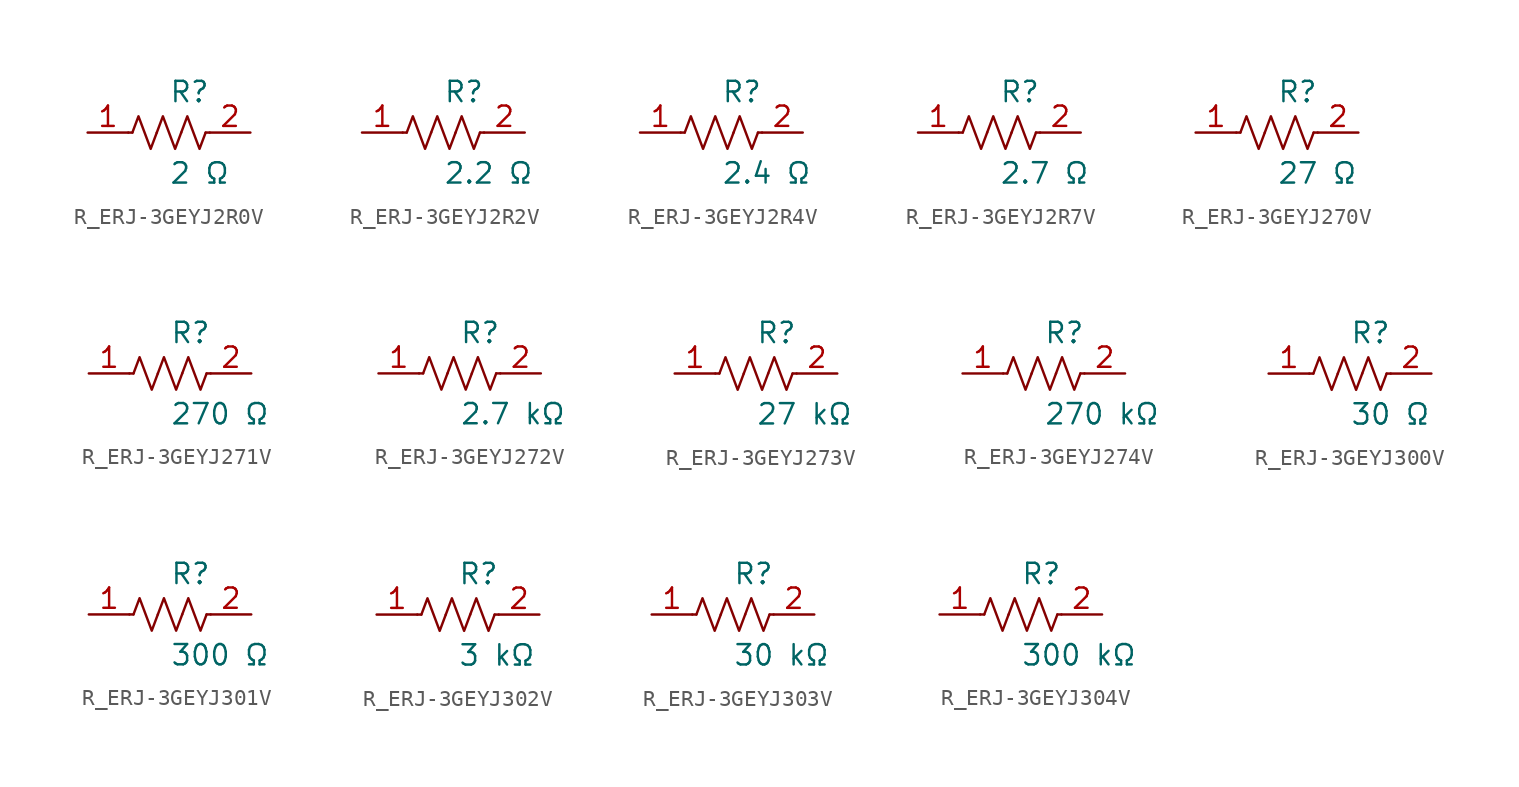
<source format=kicad_sym>
(kicad_symbol_lib
  (version 20231120)
  (generator kicad_symbol_editor)
  (generator_version 8.0)
  (symbol "R_ERJ-3GEYJ2R0V"
    (pin_names
      (offset 0.254))
    (property "Reference" "R"
      (at 0 2.54 0)
      (effects (font (size 1.27 1.27)) (justify left)))
    (property "Value" "2 Ω"
      (at 0 -2.54 0)
      (effects (font (size 1.27 1.27)) (justify left)))
    (symbol "R_ERJ-3GEYJ2R0V_0_1"
      (polyline (pts (xy 2.286 0) (xy 2.54 0)) (stroke (width 0) (type default)) (fill (type none)))
      (polyline (pts (xy -2.286 0) (xy -2.54 0)) (stroke (width 0) (type default)) (fill (type none)))
      (polyline (pts (xy 0.762 0) (xy 1.143 1.016) (xy 1.524 0) (xy 1.905 -1.016) (xy 2.286 0)) (stroke (width 0) (type default)) (fill (type none)))
      (polyline (pts (xy -0.762 0) (xy -0.381 1.016) (xy 0 0) (xy 0.381 -1.016) (xy 0.762 0)) (stroke (width 0) (type default)) (fill (type none)))
      (polyline (pts (xy -2.286 0) (xy -1.905 1.016) (xy -1.524 0) (xy -1.143 -1.016) (xy -0.762 0)) (stroke (width 0) (type default)) (fill (type none))))
    (pin passive line
      (at -5.08 0 0)
      (length 2.54)
      (name "" (effects (font (size 1.27 1.27))))
      (number "1" (effects (font (size 1.27 1.27)))))
    (pin passive line
      (at 5.08 0 180)
      (length 2.54)
      (name "" (effects (font (size 1.27 1.27))))
      (number "2" (effects (font (size 1.27 1.27))))))
  (symbol "R_ERJ-3GEYJ2R2V"
    (pin_names
      (offset 0.254))
    (property "Reference" "R"
      (at 0 2.54 0)
      (effects (font (size 1.27 1.27)) (justify left)))
    (property "Value" "2.2 Ω"
      (at 0 -2.54 0)
      (effects (font (size 1.27 1.27)) (justify left)))
    (symbol "R_ERJ-3GEYJ2R2V_0_1"
      (polyline (pts (xy 2.286 0) (xy 2.54 0)) (stroke (width 0) (type default)) (fill (type none)))
      (polyline (pts (xy -2.286 0) (xy -2.54 0)) (stroke (width 0) (type default)) (fill (type none)))
      (polyline (pts (xy 0.762 0) (xy 1.143 1.016) (xy 1.524 0) (xy 1.905 -1.016) (xy 2.286 0)) (stroke (width 0) (type default)) (fill (type none)))
      (polyline (pts (xy -0.762 0) (xy -0.381 1.016) (xy 0 0) (xy 0.381 -1.016) (xy 0.762 0)) (stroke (width 0) (type default)) (fill (type none)))
      (polyline (pts (xy -2.286 0) (xy -1.905 1.016) (xy -1.524 0) (xy -1.143 -1.016) (xy -0.762 0)) (stroke (width 0) (type default)) (fill (type none))))
    (pin passive line
      (at -5.08 0 0)
      (length 2.54)
      (name "" (effects (font (size 1.27 1.27))))
      (number "1" (effects (font (size 1.27 1.27)))))
    (pin passive line
      (at 5.08 0 180)
      (length 2.54)
      (name "" (effects (font (size 1.27 1.27))))
      (number "2" (effects (font (size 1.27 1.27))))))
  (symbol "R_ERJ-3GEYJ2R4V"
    (pin_names
      (offset 0.254))
    (property "Reference" "R"
      (at 0 2.54 0)
      (effects (font (size 1.27 1.27)) (justify left)))
    (property "Value" "2.4 Ω"
      (at 0 -2.54 0)
      (effects (font (size 1.27 1.27)) (justify left)))
    (symbol "R_ERJ-3GEYJ2R4V_0_1"
      (polyline (pts (xy 2.286 0) (xy 2.54 0)) (stroke (width 0) (type default)) (fill (type none)))
      (polyline (pts (xy -2.286 0) (xy -2.54 0)) (stroke (width 0) (type default)) (fill (type none)))
      (polyline (pts (xy 0.762 0) (xy 1.143 1.016) (xy 1.524 0) (xy 1.905 -1.016) (xy 2.286 0)) (stroke (width 0) (type default)) (fill (type none)))
      (polyline (pts (xy -0.762 0) (xy -0.381 1.016) (xy 0 0) (xy 0.381 -1.016) (xy 0.762 0)) (stroke (width 0) (type default)) (fill (type none)))
      (polyline (pts (xy -2.286 0) (xy -1.905 1.016) (xy -1.524 0) (xy -1.143 -1.016) (xy -0.762 0)) (stroke (width 0) (type default)) (fill (type none))))
    (pin passive line
      (at -5.08 0 0)
      (length 2.54)
      (name "" (effects (font (size 1.27 1.27))))
      (number "1" (effects (font (size 1.27 1.27)))))
    (pin passive line
      (at 5.08 0 180)
      (length 2.54)
      (name "" (effects (font (size 1.27 1.27))))
      (number "2" (effects (font (size 1.27 1.27))))))
  (symbol "R_ERJ-3GEYJ2R7V"
    (pin_names
      (offset 0.254))
    (property "Reference" "R"
      (at 0 2.54 0)
      (effects (font (size 1.27 1.27)) (justify left)))
    (property "Value" "2.7 Ω"
      (at 0 -2.54 0)
      (effects (font (size 1.27 1.27)) (justify left)))
    (symbol "R_ERJ-3GEYJ2R7V_0_1"
      (polyline (pts (xy 2.286 0) (xy 2.54 0)) (stroke (width 0) (type default)) (fill (type none)))
      (polyline (pts (xy -2.286 0) (xy -2.54 0)) (stroke (width 0) (type default)) (fill (type none)))
      (polyline (pts (xy 0.762 0) (xy 1.143 1.016) (xy 1.524 0) (xy 1.905 -1.016) (xy 2.286 0)) (stroke (width 0) (type default)) (fill (type none)))
      (polyline (pts (xy -0.762 0) (xy -0.381 1.016) (xy 0 0) (xy 0.381 -1.016) (xy 0.762 0)) (stroke (width 0) (type default)) (fill (type none)))
      (polyline (pts (xy -2.286 0) (xy -1.905 1.016) (xy -1.524 0) (xy -1.143 -1.016) (xy -0.762 0)) (stroke (width 0) (type default)) (fill (type none))))
    (pin passive line
      (at -5.08 0 0)
      (length 2.54)
      (name "" (effects (font (size 1.27 1.27))))
      (number "1" (effects (font (size 1.27 1.27)))))
    (pin passive line
      (at 5.08 0 180)
      (length 2.54)
      (name "" (effects (font (size 1.27 1.27))))
      (number "2" (effects (font (size 1.27 1.27))))))
  (symbol "R_ERJ-3GEYJ270V"
    (pin_names
      (offset 0.254))
    (property "Reference" "R"
      (at 0 2.54 0)
      (effects (font (size 1.27 1.27)) (justify left)))
    (property "Value" "27 Ω"
      (at 0 -2.54 0)
      (effects (font (size 1.27 1.27)) (justify left)))
    (symbol "R_ERJ-3GEYJ270V_0_1"
      (polyline (pts (xy 2.286 0) (xy 2.54 0)) (stroke (width 0) (type default)) (fill (type none)))
      (polyline (pts (xy -2.286 0) (xy -2.54 0)) (stroke (width 0) (type default)) (fill (type none)))
      (polyline (pts (xy 0.762 0) (xy 1.143 1.016) (xy 1.524 0) (xy 1.905 -1.016) (xy 2.286 0)) (stroke (width 0) (type default)) (fill (type none)))
      (polyline (pts (xy -0.762 0) (xy -0.381 1.016) (xy 0 0) (xy 0.381 -1.016) (xy 0.762 0)) (stroke (width 0) (type default)) (fill (type none)))
      (polyline (pts (xy -2.286 0) (xy -1.905 1.016) (xy -1.524 0) (xy -1.143 -1.016) (xy -0.762 0)) (stroke (width 0) (type default)) (fill (type none))))
    (pin passive line
      (at -5.08 0 0)
      (length 2.54)
      (name "" (effects (font (size 1.27 1.27))))
      (number "1" (effects (font (size 1.27 1.27)))))
    (pin passive line
      (at 5.08 0 180)
      (length 2.54)
      (name "" (effects (font (size 1.27 1.27))))
      (number "2" (effects (font (size 1.27 1.27))))))
  (symbol "R_ERJ-3GEYJ271V"
    (pin_names
      (offset 0.254))
    (property "Reference" "R"
      (at 0 2.54 0)
      (effects (font (size 1.27 1.27)) (justify left)))
    (property "Value" "270 Ω"
      (at 0 -2.54 0)
      (effects (font (size 1.27 1.27)) (justify left)))
    (symbol "R_ERJ-3GEYJ271V_0_1"
      (polyline (pts (xy 2.286 0) (xy 2.54 0)) (stroke (width 0) (type default)) (fill (type none)))
      (polyline (pts (xy -2.286 0) (xy -2.54 0)) (stroke (width 0) (type default)) (fill (type none)))
      (polyline (pts (xy 0.762 0) (xy 1.143 1.016) (xy 1.524 0) (xy 1.905 -1.016) (xy 2.286 0)) (stroke (width 0) (type default)) (fill (type none)))
      (polyline (pts (xy -0.762 0) (xy -0.381 1.016) (xy 0 0) (xy 0.381 -1.016) (xy 0.762 0)) (stroke (width 0) (type default)) (fill (type none)))
      (polyline (pts (xy -2.286 0) (xy -1.905 1.016) (xy -1.524 0) (xy -1.143 -1.016) (xy -0.762 0)) (stroke (width 0) (type default)) (fill (type none))))
    (pin passive line
      (at -5.08 0 0)
      (length 2.54)
      (name "" (effects (font (size 1.27 1.27))))
      (number "1" (effects (font (size 1.27 1.27)))))
    (pin passive line
      (at 5.08 0 180)
      (length 2.54)
      (name "" (effects (font (size 1.27 1.27))))
      (number "2" (effects (font (size 1.27 1.27))))))
  (symbol "R_ERJ-3GEYJ272V"
    (pin_names
      (offset 0.254))
    (property "Reference" "R"
      (at 0 2.54 0)
      (effects (font (size 1.27 1.27)) (justify left)))
    (property "Value" "2.7 kΩ"
      (at 0 -2.54 0)
      (effects (font (size 1.27 1.27)) (justify left)))
    (symbol "R_ERJ-3GEYJ272V_0_1"
      (polyline (pts (xy 2.286 0) (xy 2.54 0)) (stroke (width 0) (type default)) (fill (type none)))
      (polyline (pts (xy -2.286 0) (xy -2.54 0)) (stroke (width 0) (type default)) (fill (type none)))
      (polyline (pts (xy 0.762 0) (xy 1.143 1.016) (xy 1.524 0) (xy 1.905 -1.016) (xy 2.286 0)) (stroke (width 0) (type default)) (fill (type none)))
      (polyline (pts (xy -0.762 0) (xy -0.381 1.016) (xy 0 0) (xy 0.381 -1.016) (xy 0.762 0)) (stroke (width 0) (type default)) (fill (type none)))
      (polyline (pts (xy -2.286 0) (xy -1.905 1.016) (xy -1.524 0) (xy -1.143 -1.016) (xy -0.762 0)) (stroke (width 0) (type default)) (fill (type none))))
    (pin passive line
      (at -5.08 0 0)
      (length 2.54)
      (name "" (effects (font (size 1.27 1.27))))
      (number "1" (effects (font (size 1.27 1.27)))))
    (pin passive line
      (at 5.08 0 180)
      (length 2.54)
      (name "" (effects (font (size 1.27 1.27))))
      (number "2" (effects (font (size 1.27 1.27))))))
  (symbol "R_ERJ-3GEYJ273V"
    (pin_names
      (offset 0.254))
    (property "Reference" "R"
      (at 0 2.54 0)
      (effects (font (size 1.27 1.27)) (justify left)))
    (property "Value" "27 kΩ"
      (at 0 -2.54 0)
      (effects (font (size 1.27 1.27)) (justify left)))
    (symbol "R_ERJ-3GEYJ273V_0_1"
      (polyline (pts (xy 2.286 0) (xy 2.54 0)) (stroke (width 0) (type default)) (fill (type none)))
      (polyline (pts (xy -2.286 0) (xy -2.54 0)) (stroke (width 0) (type default)) (fill (type none)))
      (polyline (pts (xy 0.762 0) (xy 1.143 1.016) (xy 1.524 0) (xy 1.905 -1.016) (xy 2.286 0)) (stroke (width 0) (type default)) (fill (type none)))
      (polyline (pts (xy -0.762 0) (xy -0.381 1.016) (xy 0 0) (xy 0.381 -1.016) (xy 0.762 0)) (stroke (width 0) (type default)) (fill (type none)))
      (polyline (pts (xy -2.286 0) (xy -1.905 1.016) (xy -1.524 0) (xy -1.143 -1.016) (xy -0.762 0)) (stroke (width 0) (type default)) (fill (type none))))
    (pin passive line
      (at -5.08 0 0)
      (length 2.54)
      (name "" (effects (font (size 1.27 1.27))))
      (number "1" (effects (font (size 1.27 1.27)))))
    (pin passive line
      (at 5.08 0 180)
      (length 2.54)
      (name "" (effects (font (size 1.27 1.27))))
      (number "2" (effects (font (size 1.27 1.27))))))
  (symbol "R_ERJ-3GEYJ274V"
    (pin_names
      (offset 0.254))
    (property "Reference" "R"
      (at 0 2.54 0)
      (effects (font (size 1.27 1.27)) (justify left)))
    (property "Value" "270 kΩ"
      (at 0 -2.54 0)
      (effects (font (size 1.27 1.27)) (justify left)))
    (symbol "R_ERJ-3GEYJ274V_0_1"
      (polyline (pts (xy 2.286 0) (xy 2.54 0)) (stroke (width 0) (type default)) (fill (type none)))
      (polyline (pts (xy -2.286 0) (xy -2.54 0)) (stroke (width 0) (type default)) (fill (type none)))
      (polyline (pts (xy 0.762 0) (xy 1.143 1.016) (xy 1.524 0) (xy 1.905 -1.016) (xy 2.286 0)) (stroke (width 0) (type default)) (fill (type none)))
      (polyline (pts (xy -0.762 0) (xy -0.381 1.016) (xy 0 0) (xy 0.381 -1.016) (xy 0.762 0)) (stroke (width 0) (type default)) (fill (type none)))
      (polyline (pts (xy -2.286 0) (xy -1.905 1.016) (xy -1.524 0) (xy -1.143 -1.016) (xy -0.762 0)) (stroke (width 0) (type default)) (fill (type none))))
    (pin passive line
      (at -5.08 0 0)
      (length 2.54)
      (name "" (effects (font (size 1.27 1.27))))
      (number "1" (effects (font (size 1.27 1.27)))))
    (pin passive line
      (at 5.08 0 180)
      (length 2.54)
      (name "" (effects (font (size 1.27 1.27))))
      (number "2" (effects (font (size 1.27 1.27))))))
  (symbol "R_ERJ-3GEYJ300V"
    (pin_names
      (offset 0.254))
    (property "Reference" "R"
      (at 0 2.54 0)
      (effects (font (size 1.27 1.27)) (justify left)))
    (property "Value" "30 Ω"
      (at 0 -2.54 0)
      (effects (font (size 1.27 1.27)) (justify left)))
    (symbol "R_ERJ-3GEYJ300V_0_1"
      (polyline (pts (xy 2.286 0) (xy 2.54 0)) (stroke (width 0) (type default)) (fill (type none)))
      (polyline (pts (xy -2.286 0) (xy -2.54 0)) (stroke (width 0) (type default)) (fill (type none)))
      (polyline (pts (xy 0.762 0) (xy 1.143 1.016) (xy 1.524 0) (xy 1.905 -1.016) (xy 2.286 0)) (stroke (width 0) (type default)) (fill (type none)))
      (polyline (pts (xy -0.762 0) (xy -0.381 1.016) (xy 0 0) (xy 0.381 -1.016) (xy 0.762 0)) (stroke (width 0) (type default)) (fill (type none)))
      (polyline (pts (xy -2.286 0) (xy -1.905 1.016) (xy -1.524 0) (xy -1.143 -1.016) (xy -0.762 0)) (stroke (width 0) (type default)) (fill (type none))))
    (pin passive line
      (at -5.08 0 0)
      (length 2.54)
      (name "" (effects (font (size 1.27 1.27))))
      (number "1" (effects (font (size 1.27 1.27)))))
    (pin passive line
      (at 5.08 0 180)
      (length 2.54)
      (name "" (effects (font (size 1.27 1.27))))
      (number "2" (effects (font (size 1.27 1.27))))))
  (symbol "R_ERJ-3GEYJ301V"
    (pin_names
      (offset 0.254))
    (property "Reference" "R"
      (at 0 2.54 0)
      (effects (font (size 1.27 1.27)) (justify left)))
    (property "Value" "300 Ω"
      (at 0 -2.54 0)
      (effects (font (size 1.27 1.27)) (justify left)))
    (symbol "R_ERJ-3GEYJ301V_0_1"
      (polyline (pts (xy 2.286 0) (xy 2.54 0)) (stroke (width 0) (type default)) (fill (type none)))
      (polyline (pts (xy -2.286 0) (xy -2.54 0)) (stroke (width 0) (type default)) (fill (type none)))
      (polyline (pts (xy 0.762 0) (xy 1.143 1.016) (xy 1.524 0) (xy 1.905 -1.016) (xy 2.286 0)) (stroke (width 0) (type default)) (fill (type none)))
      (polyline (pts (xy -0.762 0) (xy -0.381 1.016) (xy 0 0) (xy 0.381 -1.016) (xy 0.762 0)) (stroke (width 0) (type default)) (fill (type none)))
      (polyline (pts (xy -2.286 0) (xy -1.905 1.016) (xy -1.524 0) (xy -1.143 -1.016) (xy -0.762 0)) (stroke (width 0) (type default)) (fill (type none))))
    (pin passive line
      (at -5.08 0 0)
      (length 2.54)
      (name "" (effects (font (size 1.27 1.27))))
      (number "1" (effects (font (size 1.27 1.27)))))
    (pin passive line
      (at 5.08 0 180)
      (length 2.54)
      (name "" (effects (font (size 1.27 1.27))))
      (number "2" (effects (font (size 1.27 1.27))))))
  (symbol "R_ERJ-3GEYJ302V"
    (pin_names
      (offset 0.254))
    (property "Reference" "R"
      (at 0 2.54 0)
      (effects (font (size 1.27 1.27)) (justify left)))
    (property "Value" "3 kΩ"
      (at 0 -2.54 0)
      (effects (font (size 1.27 1.27)) (justify left)))
    (symbol "R_ERJ-3GEYJ302V_0_1"
      (polyline (pts (xy 2.286 0) (xy 2.54 0)) (stroke (width 0) (type default)) (fill (type none)))
      (polyline (pts (xy -2.286 0) (xy -2.54 0)) (stroke (width 0) (type default)) (fill (type none)))
      (polyline (pts (xy 0.762 0) (xy 1.143 1.016) (xy 1.524 0) (xy 1.905 -1.016) (xy 2.286 0)) (stroke (width 0) (type default)) (fill (type none)))
      (polyline (pts (xy -0.762 0) (xy -0.381 1.016) (xy 0 0) (xy 0.381 -1.016) (xy 0.762 0)) (stroke (width 0) (type default)) (fill (type none)))
      (polyline (pts (xy -2.286 0) (xy -1.905 1.016) (xy -1.524 0) (xy -1.143 -1.016) (xy -0.762 0)) (stroke (width 0) (type default)) (fill (type none))))
    (pin passive line
      (at -5.08 0 0)
      (length 2.54)
      (name "" (effects (font (size 1.27 1.27))))
      (number "1" (effects (font (size 1.27 1.27)))))
    (pin passive line
      (at 5.08 0 180)
      (length 2.54)
      (name "" (effects (font (size 1.27 1.27))))
      (number "2" (effects (font (size 1.27 1.27))))))
  (symbol "R_ERJ-3GEYJ303V"
    (pin_names
      (offset 0.254))
    (property "Reference" "R"
      (at 0 2.54 0)
      (effects (font (size 1.27 1.27)) (justify left)))
    (property "Value" "30 kΩ"
      (at 0 -2.54 0)
      (effects (font (size 1.27 1.27)) (justify left)))
    (symbol "R_ERJ-3GEYJ303V_0_1"
      (polyline (pts (xy 2.286 0) (xy 2.54 0)) (stroke (width 0) (type default)) (fill (type none)))
      (polyline (pts (xy -2.286 0) (xy -2.54 0)) (stroke (width 0) (type default)) (fill (type none)))
      (polyline (pts (xy 0.762 0) (xy 1.143 1.016) (xy 1.524 0) (xy 1.905 -1.016) (xy 2.286 0)) (stroke (width 0) (type default)) (fill (type none)))
      (polyline (pts (xy -0.762 0) (xy -0.381 1.016) (xy 0 0) (xy 0.381 -1.016) (xy 0.762 0)) (stroke (width 0) (type default)) (fill (type none)))
      (polyline (pts (xy -2.286 0) (xy -1.905 1.016) (xy -1.524 0) (xy -1.143 -1.016) (xy -0.762 0)) (stroke (width 0) (type default)) (fill (type none))))
    (pin passive line
      (at -5.08 0 0)
      (length 2.54)
      (name "" (effects (font (size 1.27 1.27))))
      (number "1" (effects (font (size 1.27 1.27)))))
    (pin passive line
      (at 5.08 0 180)
      (length 2.54)
      (name "" (effects (font (size 1.27 1.27))))
      (number "2" (effects (font (size 1.27 1.27))))))
  (symbol "R_ERJ-3GEYJ304V"
    (pin_names
      (offset 0.254))
    (property "Reference" "R"
      (at 0 2.54 0)
      (effects (font (size 1.27 1.27)) (justify left)))
    (property "Value" "300 kΩ"
      (at 0 -2.54 0)
      (effects (font (size 1.27 1.27)) (justify left)))
    (symbol "R_ERJ-3GEYJ304V_0_1"
      (polyline (pts (xy 2.286 0) (xy 2.54 0)) (stroke (width 0) (type default)) (fill (type none)))
      (polyline (pts (xy -2.286 0) (xy -2.54 0)) (stroke (width 0) (type default)) (fill (type none)))
      (polyline (pts (xy 0.762 0) (xy 1.143 1.016) (xy 1.524 0) (xy 1.905 -1.016) (xy 2.286 0)) (stroke (width 0) (type default)) (fill (type none)))
      (polyline (pts (xy -0.762 0) (xy -0.381 1.016) (xy 0 0) (xy 0.381 -1.016) (xy 0.762 0)) (stroke (width 0) (type default)) (fill (type none)))
      (polyline (pts (xy -2.286 0) (xy -1.905 1.016) (xy -1.524 0) (xy -1.143 -1.016) (xy -0.762 0)) (stroke (width 0) (type default)) (fill (type none))))
    (pin passive line
      (at -5.08 0 0)
      (length 2.54)
      (name "" (effects (font (size 1.27 1.27))))
      (number "1" (effects (font (size 1.27 1.27)))))
    (pin passive line
      (at 5.08 0 180)
      (length 2.54)
      (name "" (effects (font (size 1.27 1.27))))
      (number "2" (effects (font (size 1.27 1.27)))))))
</source>
